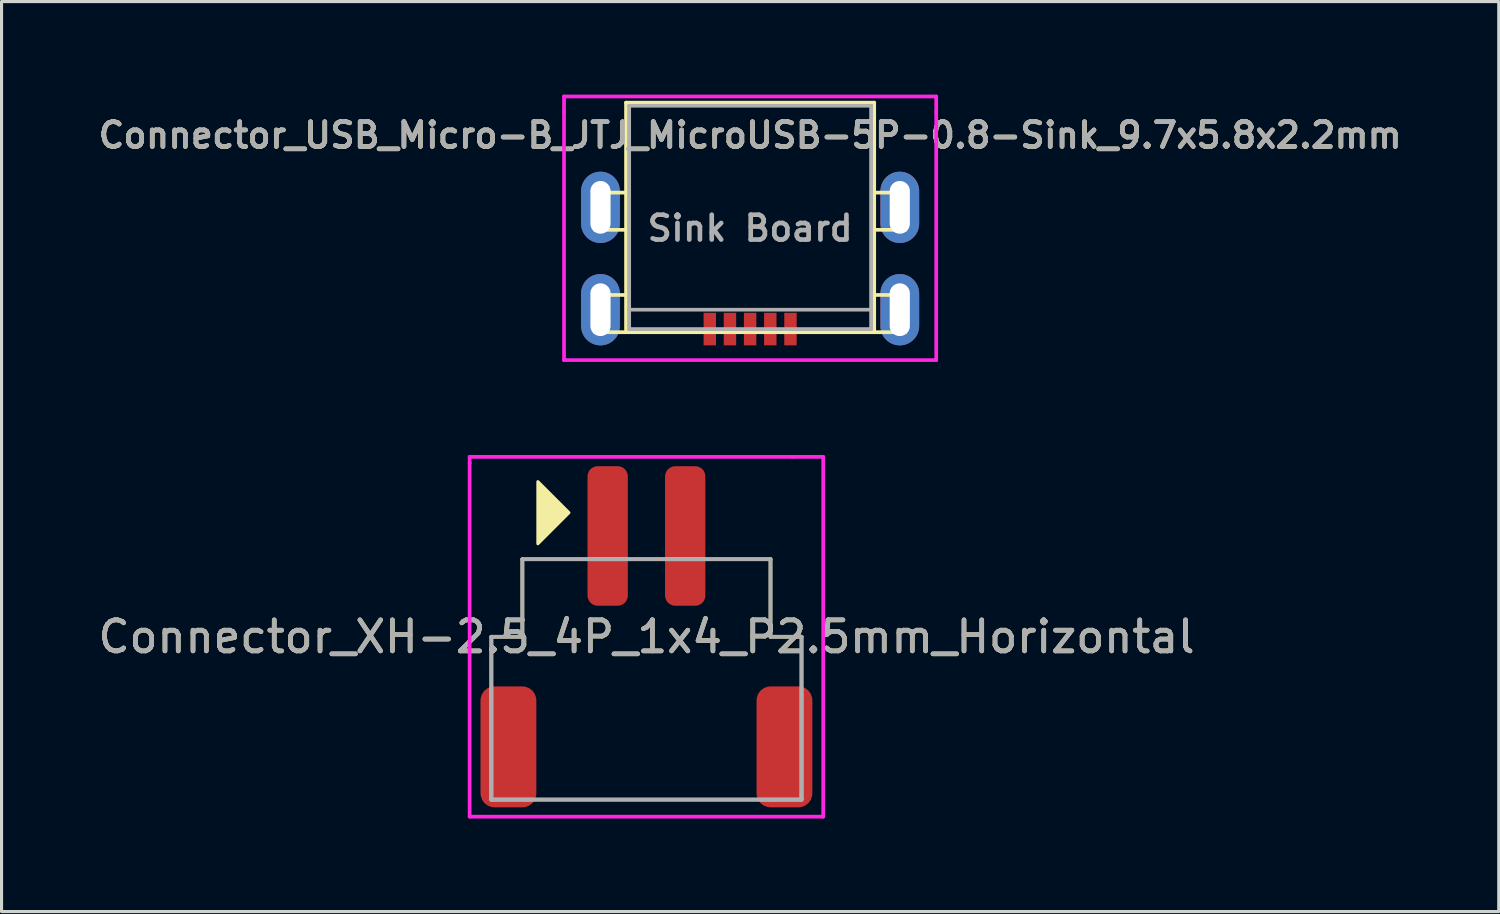
<source format=kicad_pcb>
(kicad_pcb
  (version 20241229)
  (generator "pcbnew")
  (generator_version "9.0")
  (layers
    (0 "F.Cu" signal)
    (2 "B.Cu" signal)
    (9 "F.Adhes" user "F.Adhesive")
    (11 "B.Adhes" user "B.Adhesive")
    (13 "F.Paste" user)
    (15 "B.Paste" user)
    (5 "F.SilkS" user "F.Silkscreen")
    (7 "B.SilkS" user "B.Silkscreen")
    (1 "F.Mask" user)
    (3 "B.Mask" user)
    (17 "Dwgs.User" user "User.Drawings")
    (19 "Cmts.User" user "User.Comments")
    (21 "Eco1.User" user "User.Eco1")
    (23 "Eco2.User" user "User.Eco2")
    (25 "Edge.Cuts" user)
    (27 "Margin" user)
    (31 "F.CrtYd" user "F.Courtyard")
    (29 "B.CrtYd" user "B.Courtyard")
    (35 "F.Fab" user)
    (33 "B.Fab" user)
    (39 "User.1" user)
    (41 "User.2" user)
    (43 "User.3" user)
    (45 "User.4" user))
  (footprint "Connector_USB_Micro-B_JTJ_MicroUSB-5P-0.8-Sink_9.7x5.8x2.2mm"
    (layer "F.Cu")
    (at 21.135 4.56)
    (property "Reference" "Connector_USB_Micro-B_JTJ_MicroUSB-5P-0.8-Sink_9.7x5.8x2.2mm" (at 0 -3.25 0) (layer "F.SilkS") (effects (font (size 0.8 0.8) (thickness 0.15))))
    (attr smd)
    (fp_line (start -5 -1.4) (end -4 -1.4) (stroke (width 0.12) (type solid)) (layer "F.SilkS"))
    (fp_line (start -5 -0.2) (end -5 -1.4) (stroke (width 0.12) (type solid)) (layer "F.SilkS"))
    (fp_line (start -5 1.9) (end -4 1.9) (stroke (width 0.12) (type solid)) (layer "F.SilkS"))
    (fp_line (start -5 3.1) (end -5 1.9) (stroke (width 0.12) (type solid)) (layer "F.SilkS"))
    (fp_line (start -4 -4.3) (end -4 3.1) (stroke (width 0.12) (type solid)) (layer "F.SilkS"))
    (fp_line (start -4 -0.2) (end -5 -0.2) (stroke (width 0.12) (type solid)) (layer "F.SilkS"))
    (fp_line (start -4 3.1) (end -5 3.1) (stroke (width 0.12) (type solid)) (layer "F.SilkS"))
    (fp_line (start -4 3.1) (end 4 3.1) (stroke (width 0.12) (type solid)) (layer "F.SilkS"))
    (fp_line (start 4 -4.3) (end -4 -4.3) (stroke (width 0.12) (type solid)) (layer "F.SilkS"))
    (fp_line (start 4 -1.4) (end 5 -1.4) (stroke (width 0.12) (type solid)) (layer "F.SilkS"))
    (fp_line (start 4 1.9) (end 5 1.9) (stroke (width 0.12) (type solid)) (layer "F.SilkS"))
    (fp_line (start 4 3.1) (end 4 -4.3) (stroke (width 0.12) (type solid)) (layer "F.SilkS"))
    (fp_line (start 5 -1.4) (end 5 -0.2) (stroke (width 0.12) (type solid)) (layer "F.SilkS"))
    (fp_line (start 5 -0.2) (end 4 -0.2) (stroke (width 0.12) (type solid)) (layer "F.SilkS"))
    (fp_line (start 5 1.9) (end 5 3.1) (stroke (width 0.12) (type solid)) (layer "F.SilkS"))
    (fp_line (start 5 3.1) (end 4 3.1) (stroke (width 0.12) (type solid)) (layer "F.SilkS"))
    (fp_line (start -6 -4.5) (end 6 -4.5) (stroke (width 0.12) (type solid)) (layer "F.CrtYd"))
    (fp_line (start -6 -4) (end -6 -4.5) (stroke (width 0.12) (type solid)) (layer "F.CrtYd"))
    (fp_line (start -6 4) (end -6 -4) (stroke (width 0.12) (type solid)) (layer "F.CrtYd"))
    (fp_line (start -6 4) (end 6 4) (stroke (width 0.12) (type solid)) (layer "F.CrtYd"))
    (fp_line (start 6 -4.5) (end 6 -4) (stroke (width 0.12) (type solid)) (layer "F.CrtYd"))
    (fp_line (start 6 4) (end 6 -4) (stroke (width 0.12) (type solid)) (layer "F.CrtYd"))
    (fp_line (start -3.9 -4.2) (end 3.9 -4.2) (stroke (width 0.12) (type solid)) (layer "F.Fab"))
    (fp_line (start -3.9 2.375) (end -3.9 -4.2) (stroke (width 0.12) (type solid)) (layer "F.Fab"))
    (fp_line (start -3.9 2.375) (end 3.9 2.375) (stroke (width 0.12) (type solid)) (layer "F.Fab"))
    (fp_line (start -3.9 3) (end -3.9 2.375) (stroke (width 0.12) (type solid)) (layer "F.Fab"))
    (fp_line (start -3.9 3) (end 3.9 3) (stroke (width 0.12) (type solid)) (layer "F.Fab"))
    (fp_line (start 3.9 2.375) (end 3.9 -4.2) (stroke (width 0.12) (type solid)) (layer "F.Fab"))
    (fp_line (start 3.9 3) (end 3.9 2.375) (stroke (width 0.12) (type solid)) (layer "F.Fab"))
    (fp_text user "${REFERENCE}" (at 0 -3.25 0) (layer "F.Fab") (effects (font (size 0.8 0.8) (thickness 0.15))))
    (fp_text user "Sink Board" (at 0 -0.25 0) (layer "F.Fab") (effects (font (size 0.8 0.8) (thickness 0.15))))
    (pad "1" smd rect (at 1.3 3) (size 0.4 1.05) (layers "F.Cu" "F.Mask" "F.Paste"))
    (pad "2" smd rect (at 0.65 3) (size 0.4 1.05) (layers "F.Cu" "F.Mask" "F.Paste"))
    (pad "3" smd rect (at 0 3) (size 0.4 1.05) (layers "F.Cu" "F.Mask" "F.Paste"))
    (pad "4" smd rect (at -0.65 3) (size 0.4 1.05) (layers "F.Cu" "F.Mask" "F.Paste"))
    (pad "5" smd rect (at -1.3 3) (size 0.4 1.05) (layers "F.Cu" "F.Mask" "F.Paste"))
    (pad "6" thru_hole oval (at -4.825 -0.925) (size 1.25 2.3) (drill oval 0.65 1.7) (layers "*.Cu" "*.Mask"))
    (pad "6" thru_hole oval (at -4.825 2.375) (size 1.25 2.3) (drill oval 0.65 1.7) (layers "*.Cu" "*.Mask"))
    (pad "6" thru_hole oval (at 4.825 -0.925) (size 1.25 2.3) (drill oval 0.65 1.7) (layers "*.Cu" "*.Mask"))
    (pad "6" thru_hole oval (at 4.825 2.375) (size 1.25 2.3) (drill oval 0.65 1.7) (layers "*.Cu" "*.Mask")))
  (footprint "Connector_XH-2.5_4P_1x4_P2.5mm_Horizontal"
    (layer "F.Cu")
    (at 17.792 17.48)
    (property "Reference" "Connector_XH-2.5_4P_1x4_P2.5mm_Horizontal" (at 0 0 0) (layer "F.SilkS") (effects (font (size 1 1) (thickness 0.15))))
    (attr through_hole)
    (fp_line (start -5 0) (end -5 5.25) (stroke (width 0.12) (type solid)) (layer "F.SilkS"))
    (fp_line (start -5 5.25) (end 5 5.25) (stroke (width 0.12) (type solid)) (layer "F.SilkS"))
    (fp_line (start -4 -2.5) (end -4 0) (stroke (width 0.12) (type solid)) (layer "F.SilkS"))
    (fp_line (start -4 0) (end -5 0) (stroke (width 0.12) (type solid)) (layer "F.SilkS"))
    (fp_line (start 4 -2.5) (end -4 -2.5) (stroke (width 0.12) (type solid)) (layer "F.SilkS"))
    (fp_line (start 4 0) (end 4 -2.5) (stroke (width 0.12) (type solid)) (layer "F.SilkS"))
    (fp_line (start 5 0) (end 4 0) (stroke (width 0.12) (type solid)) (layer "F.SilkS"))
    (fp_line (start 5 5.25) (end 5 0) (stroke (width 0.12) (type solid)) (layer "F.SilkS"))
    (fp_poly (pts (xy -3.5 -5) (xy -3.5 -3) (xy -2.5 -4)) (stroke (width 0.1) (type solid)) (fill yes) (layer "F.SilkS"))
    (fp_line (start -5.7 -5.8) (end 4.7 -5.8) (stroke (width 0.12) (type solid)) (layer "F.CrtYd"))
    (fp_line (start -5.7 -5.6) (end -5.7 -5.8) (stroke (width 0.12) (type solid)) (layer "F.CrtYd"))
    (fp_line (start -5.7 5.8) (end -5.7 -5.6) (stroke (width 0.12) (type solid)) (layer "F.CrtYd"))
    (fp_line (start 4.7 -5.8) (end 5.7 -5.8) (stroke (width 0.12) (type solid)) (layer "F.CrtYd"))
    (fp_line (start 5.7 -5.8) (end 5.7 5.8) (stroke (width 0.12) (type solid)) (layer "F.CrtYd"))
    (fp_line (start 5.7 5.8) (end -5.7 5.8) (stroke (width 0.12) (type solid)) (layer "F.CrtYd"))
    (fp_line (start -5 0) (end -4 0) (stroke (width 0.12) (type solid)) (layer "F.Fab"))
    (fp_line (start -5 5.25) (end -5 0) (stroke (width 0.12) (type solid)) (layer "F.Fab"))
    (fp_line (start -4 -2.5) (end 4 -2.5) (stroke (width 0.12) (type solid)) (layer "F.Fab"))
    (fp_line (start -4 0) (end -4 -2.5) (stroke (width 0.12) (type solid)) (layer "F.Fab"))
    (fp_line (start 4 -2.5) (end 4 0) (stroke (width 0.12) (type solid)) (layer "F.Fab"))
    (fp_line (start 4 0) (end 5 0) (stroke (width 0.12) (type solid)) (layer "F.Fab"))
    (fp_line (start 5 0) (end 5 5.25) (stroke (width 0.12) (type solid)) (layer "F.Fab"))
    (fp_line (start 5 5.25) (end -5 5.25) (stroke (width 0.12) (type solid)) (layer "F.Fab"))
    (fp_text user "${REFERENCE}" (at 0 0 0) (layer "F.Fab") (effects (font (size 1 1) (thickness 0.15))))
    (pad "1" smd roundrect (at -1.25 -3.25 270) (size 4.5 1.3) (layers "F.Cu" "F.Mask" "F.Paste") (roundrect_rratio 0.25))
    (pad "2" smd roundrect (at 1.25 -3.25 270) (size 4.5 1.3) (layers "F.Cu" "F.Mask" "F.Paste") (roundrect_rratio 0.25))
    (pad "MP" smd roundrect (at -4.45 3.55 90) (size 3.9 1.8) (layers "F.Cu" "F.Mask" "F.Paste") (roundrect_rratio 0.25))
    (pad "MP" smd roundrect (at 4.45 3.55 90) (size 3.9 1.8) (layers "F.Cu" "F.Mask" "F.Paste") (roundrect_rratio 0.25)))
  (gr_rect
    (start -3 -3)
    (end 45.271 26.34)
    (stroke (width 0.1) (type default))
    (fill no)
    (layer "Edge.Cuts")))
</source>
